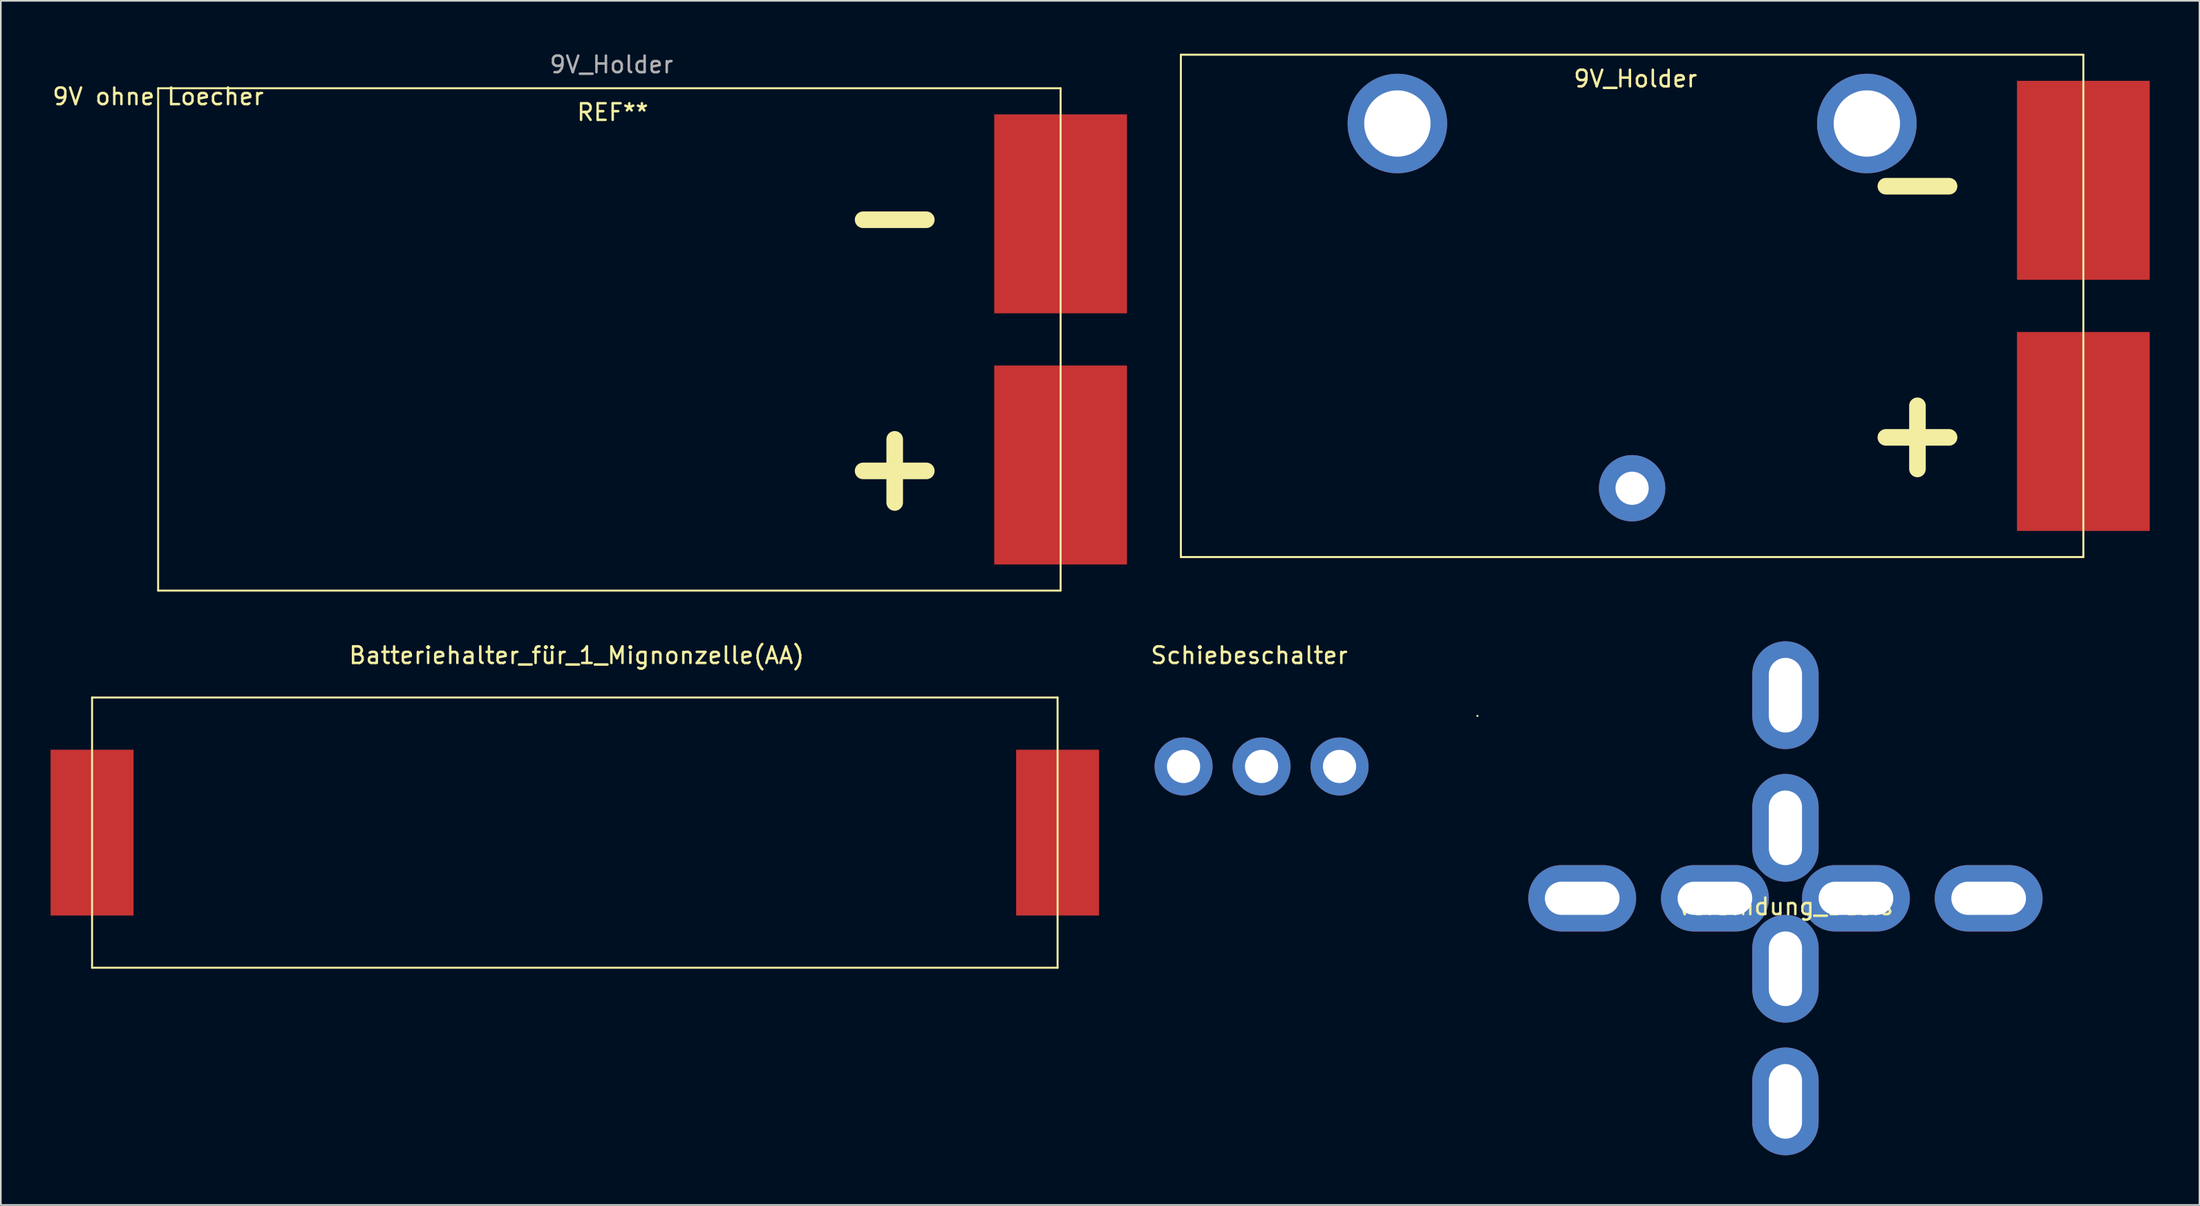
<source format=kicad_pcb>
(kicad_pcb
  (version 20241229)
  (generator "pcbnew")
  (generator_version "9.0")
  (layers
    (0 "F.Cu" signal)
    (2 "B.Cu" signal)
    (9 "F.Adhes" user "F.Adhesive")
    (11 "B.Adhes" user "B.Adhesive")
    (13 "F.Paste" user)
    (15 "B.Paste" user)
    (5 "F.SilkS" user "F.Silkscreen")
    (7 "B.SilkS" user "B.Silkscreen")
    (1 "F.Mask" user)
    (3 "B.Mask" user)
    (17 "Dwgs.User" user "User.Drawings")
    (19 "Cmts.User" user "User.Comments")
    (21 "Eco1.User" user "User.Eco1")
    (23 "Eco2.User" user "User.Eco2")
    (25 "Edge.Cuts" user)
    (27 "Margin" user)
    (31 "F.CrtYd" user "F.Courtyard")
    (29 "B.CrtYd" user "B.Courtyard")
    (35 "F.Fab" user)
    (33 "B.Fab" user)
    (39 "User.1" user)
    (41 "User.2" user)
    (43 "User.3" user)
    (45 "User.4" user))
  (footprint "Verbindung_Basis"
    (layer "F.Cu")
    (at 104.574 51.133)
    (property "Reference" "Verbindung_Basis" (at 0 0.5 0) (layer "F.SilkS") (effects (font (size 1 1) (thickness 0.15))))
    (attr through_hole)
    (pad "1" thru_hole oval (at 0 -4.25) (size 4 6.5) (drill oval 2 4.5) (layers "*.Cu" "*.Mask"))
    (pad "2" thru_hole oval (at 0 -12.25) (size 4 6.5) (drill oval 2 4.5) (layers "*.Cu" "*.Mask"))
    (pad "3" thru_hole oval (at 4.25 0) (size 6.5 4) (drill oval 4.5 2) (layers "*.Cu" "*.Mask"))
    (pad "4" thru_hole oval (at 12.25 0) (size 6.5 4) (drill oval 4.5 2) (layers "*.Cu" "*.Mask"))
    (pad "5" thru_hole oval (at 0 4.25) (size 4 6.5) (drill oval 2 4.5) (layers "*.Cu" "*.Mask"))
    (pad "6" thru_hole oval (at 0 12.25) (size 4 6.5) (drill oval 2 4.5) (layers "*.Cu" "*.Mask"))
    (pad "7" thru_hole oval (at -4.25 0) (size 6.5 4) (drill oval 4.5 2) (layers "*.Cu" "*.Mask"))
    (pad "8" thru_hole oval (at -12.25 0) (size 6.5 4) (drill oval 4.5 2) (layers "*.Cu" "*.Mask")))
  (footprint "9V ohne Loecher"
    (layer "F.Cu")
    (at 6.482 2.273)
    (property "Reference" "9V ohne Loecher" (at 0 0.5 0) (layer "F.SilkS") (effects (font (size 1 1) (thickness 0.15))))
    (attr through_hole)
    (fp_line (start 0 0) (end 54.4 0) (stroke (width 0.12) (type solid)) (layer "F.SilkS"))
    (fp_line (start 0 30.3) (end 0 0) (stroke (width 0.12) (type solid)) (layer "F.SilkS"))
    (fp_line (start 0 30.3) (end 54.4 30.3) (stroke (width 0.12) (type solid)) (layer "F.SilkS"))
    (fp_line (start 54.4 30.3) (end 54.4 0) (stroke (width 0.12) (type solid)) (layer "F.SilkS"))
    (fp_text user "+" (at 44.4 22.725 0) (layer "F.SilkS") (effects (font (size 5 5) (thickness 1))))
    (fp_text user "REF**" (at 27.4 1.45 0) (layer "F.SilkS") (effects (font (size 1 1) (thickness 0.15))))
    (fp_text user "-" (at 44.4 7.575 0) (layer "F.SilkS") (effects (font (size 5 5) (thickness 1))))
    (fp_text user "9V_Holder" (at 27.325 -1.425 0) (layer "F.Fab") (effects (font (size 1 1) (thickness 0.15))))
    (pad "1" smd rect (at 54.4 22.725) (size 8 12) (layers "F.Cu" "F.Mask" "F.Paste"))
    (pad "2" smd rect (at 54.4 7.575) (size 8 12) (layers "F.Cu" "F.Mask" "F.Paste")))
  (footprint "9V_Holder"
    (layer "F.Cu")
    (at 68.132 0.25)
    (property "Reference" "9V_Holder" (at 27.4 1.45 0) (layer "F.SilkS") (effects (font (size 1 1) (thickness 0.15))))
    (attr through_hole)
    (fp_line (start 0 0) (end 54.4 0) (stroke (width 0.12) (type solid)) (layer "F.SilkS"))
    (fp_line (start 0 30.3) (end 0 0) (stroke (width 0.12) (type solid)) (layer "F.SilkS"))
    (fp_line (start 0 30.3) (end 54.4 30.3) (stroke (width 0.12) (type solid)) (layer "F.SilkS"))
    (fp_line (start 54.4 30.3) (end 54.4 0) (stroke (width 0.12) (type solid)) (layer "F.SilkS"))
    (fp_text user "+" (at 44.4 22.725 0) (layer "F.SilkS") (effects (font (size 5 5) (thickness 1))))
    (fp_text user "-" (at 44.4 7.575 0) (layer "F.SilkS") (effects (font (size 5 5) (thickness 1))))
    (pad "1" smd rect (at 54.4 22.725) (size 8 12) (layers "F.Cu" "F.Mask" "F.Paste"))
    (pad "2" smd rect (at 54.4 7.575) (size 8 12) (layers "F.Cu" "F.Mask" "F.Paste"))
    (pad "3" thru_hole circle (at 41.35 4.15) (size 6 6) (drill 4) (layers "*.Cu" "*.Mask"))
    (pad "4" thru_hole circle (at 27.2 26.15) (size 4 4) (drill 2) (layers "*.Cu" "*.Mask"))
    (pad "5" thru_hole circle (at 13.05 4.15) (size 6 6) (drill 4) (layers "*.Cu" "*.Mask")))
  (footprint "Schiebeschalter"
    (layer "F.Cu")
    (at 66.454 40.132)
    (property "Reference" "Schiebeschalter" (at 5.8 -3.65 0) (layer "F.SilkS") (effects (font (size 1 1) (thickness 0.15))))
    (attr through_hole)
    (fp_line (start 0 0) (end 0 6.1) (stroke (width 0.12) (type solid)) (layer "F.Mask"))
    (fp_line (start 0 0) (end 13 0) (stroke (width 0.12) (type solid)) (layer "F.Mask"))
    (fp_line (start 0 6.1) (end 13 6.1) (stroke (width 0.12) (type solid)) (layer "F.Mask"))
    (fp_line (start 13 6.1) (end 13 0) (stroke (width 0.12) (type solid)) (layer "F.Mask"))
    (fp_line (start 19.56 0) (end 19.55 0) (stroke (width 0.12) (type solid)) (layer "F.SilkS"))
    (pad "1" thru_hole circle (at 11.242 3.05) (size 3.5 3.5) (drill 2) (layers "*.Cu" "*.Mask"))
    (pad "2" thru_hole circle (at 6.542 3.05) (size 3.5 3.5) (drill 2) (layers "*.Cu" "*.Mask"))
    (pad "3" thru_hole circle (at 1.841 3.05) (size 3.5 3.5) (drill 2) (layers "*.Cu" "*.Mask")))
  (footprint "Batteriehalter_für_1_Mignonzelle(AA)"
    (layer "F.Cu")
    (at 2.5 39.022)
    (property "Reference" "Batteriehalter_für_1_Mignonzelle(AA)" (at 29.21 -2.54 0) (layer "F.SilkS") (effects (font (size 1 1) (thickness 0.15))))
    (attr through_hole)
    (fp_line (start 0 0) (end 58.2 0) (stroke (width 0.12) (type solid)) (layer "F.SilkS"))
    (fp_line (start 0 16.3) (end 0 0) (stroke (width 0.12) (type solid)) (layer "F.SilkS"))
    (fp_line (start 0 16.3) (end 58.2 16.3) (stroke (width 0.12) (type solid)) (layer "F.SilkS"))
    (fp_line (start 58.2 16.3) (end 58.2 0) (stroke (width 0.12) (type solid)) (layer "F.SilkS"))
    (pad "1" smd rect (at 58.2 8.15 90) (size 10 5) (layers "F.Cu" "F.Mask" "F.Paste"))
    (pad "2" smd rect (at 0 8.15 90) (size 10 5) (layers "F.Cu" "F.Mask" "F.Paste")))
  (gr_rect
    (start -3 -3)
    (end 129.532 69.633)
    (stroke (width 0.1) (type default))
    (fill no)
    (layer "Edge.Cuts")))
</source>
